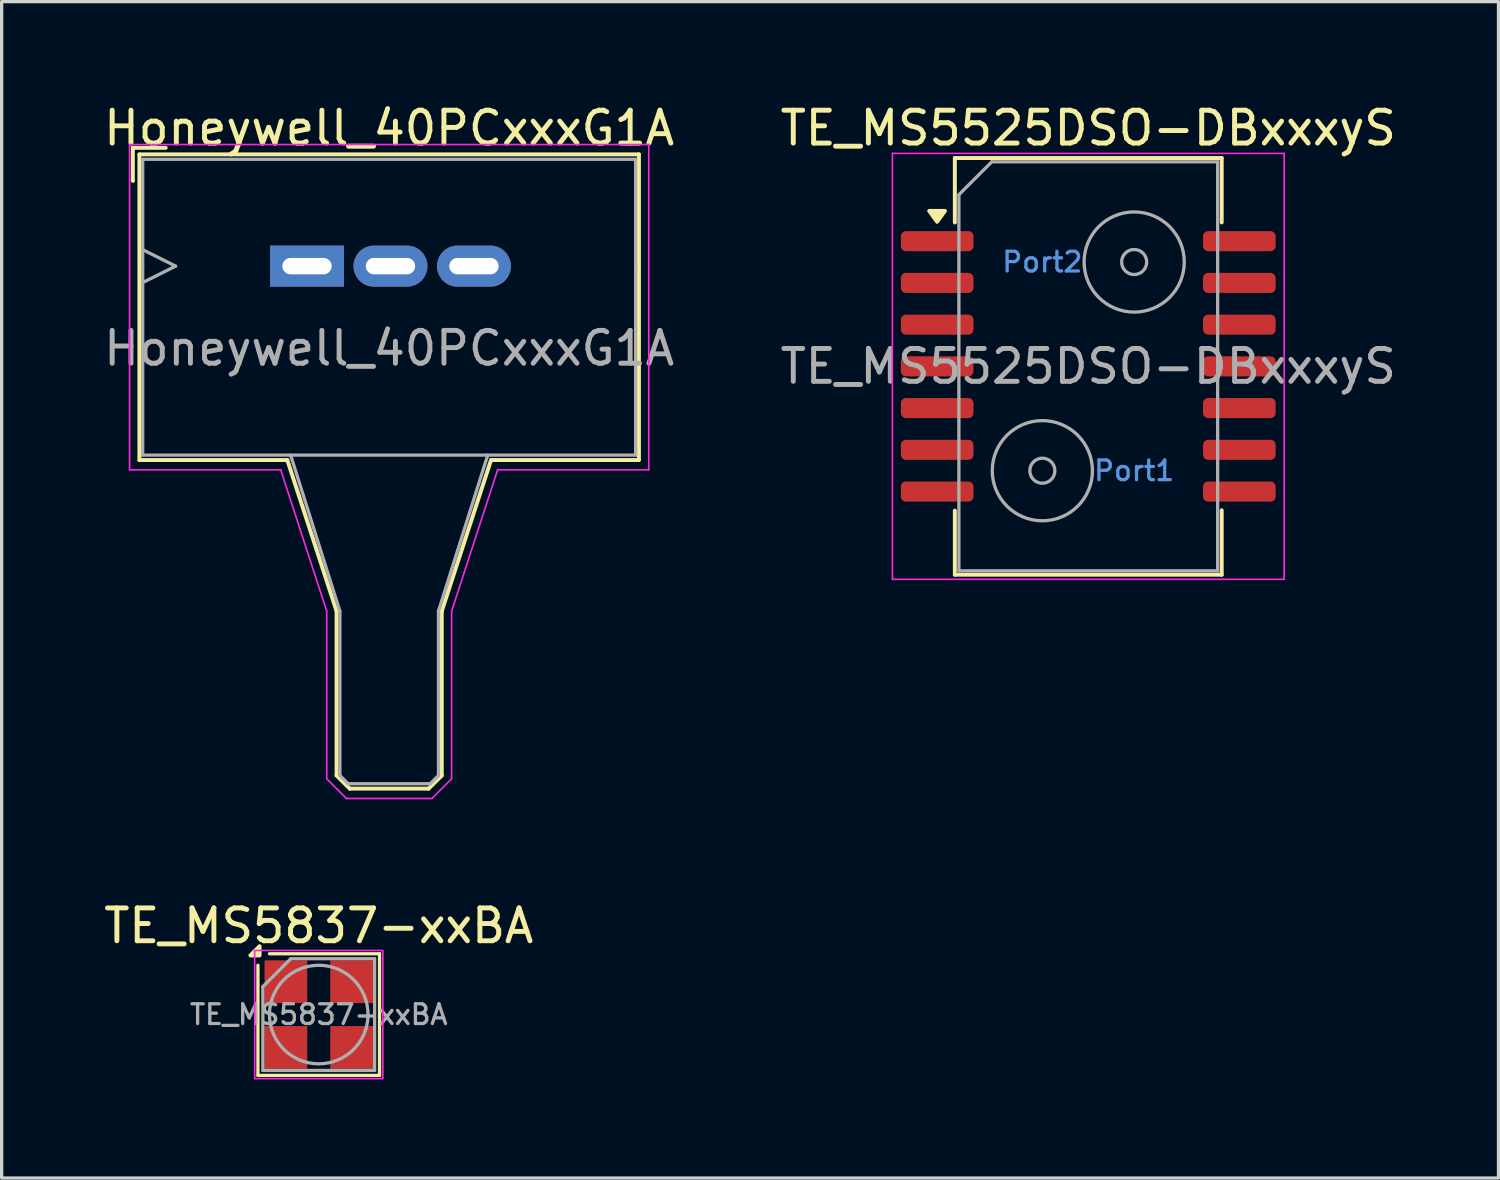
<source format=kicad_pcb>
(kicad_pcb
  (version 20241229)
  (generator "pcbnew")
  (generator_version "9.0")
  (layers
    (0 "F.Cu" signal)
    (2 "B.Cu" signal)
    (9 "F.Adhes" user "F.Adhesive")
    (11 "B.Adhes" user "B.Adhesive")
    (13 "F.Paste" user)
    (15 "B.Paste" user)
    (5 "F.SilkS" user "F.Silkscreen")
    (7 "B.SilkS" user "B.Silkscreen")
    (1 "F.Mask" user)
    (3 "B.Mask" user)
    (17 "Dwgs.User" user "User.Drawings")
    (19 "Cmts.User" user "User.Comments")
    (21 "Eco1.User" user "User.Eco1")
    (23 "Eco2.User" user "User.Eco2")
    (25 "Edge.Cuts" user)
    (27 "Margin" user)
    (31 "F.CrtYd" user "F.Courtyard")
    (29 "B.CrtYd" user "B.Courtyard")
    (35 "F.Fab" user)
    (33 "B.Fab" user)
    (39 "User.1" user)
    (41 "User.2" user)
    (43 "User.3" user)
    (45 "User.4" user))
  (footprint "TE_MS5525DSO-DBxxxyS"
    (layer "F.Cu")
    (at 30.065 8.098)
    (property "Reference" "TE_MS5525DSO-DBxxxyS" (at 0 -7.25 0) (layer "F.SilkS") (effects (font (size 1 1) (thickness 0.15))))
    (attr smd)
    (fp_line (start -4.06 -6.34) (end -4.06 -4.38) (stroke (width 0.12) (type solid)) (layer "F.SilkS"))
    (fp_line (start -4.06 6.34) (end -4.06 4.39) (stroke (width 0.12) (type solid)) (layer "F.SilkS"))
    (fp_line (start 4.06 -6.34) (end -4.06 -6.34) (stroke (width 0.12) (type solid)) (layer "F.SilkS"))
    (fp_line (start 4.06 -6.34) (end 4.06 -4.38) (stroke (width 0.12) (type solid)) (layer "F.SilkS"))
    (fp_line (start 4.06 6.34) (end -4.06 6.34) (stroke (width 0.12) (type solid)) (layer "F.SilkS"))
    (fp_line (start 4.06 6.34) (end 4.06 4.38) (stroke (width 0.12) (type solid)) (layer "F.SilkS"))
    (fp_poly (pts (xy -4.6 -4.4) (xy -4.84 -4.73) (xy -4.36 -4.73) (xy -4.6 -4.4)) (stroke (width 0.12) (type solid)) (fill yes) (layer "F.SilkS"))
    (fp_line (start -5.96 -6.48) (end -5.96 6.48) (stroke (width 0.05) (type solid)) (layer "F.CrtYd"))
    (fp_line (start -5.96 -6.48) (end 5.96 -6.48) (stroke (width 0.05) (type solid)) (layer "F.CrtYd"))
    (fp_line (start -5.96 6.48) (end 5.96 6.48) (stroke (width 0.05) (type solid)) (layer "F.CrtYd"))
    (fp_line (start 5.96 -6.48) (end 5.96 6.48) (stroke (width 0.05) (type solid)) (layer "F.CrtYd"))
    (fp_line (start -3.937 6.223) (end -3.937 -5.223) (stroke (width 0.1) (type solid)) (layer "F.Fab"))
    (fp_line (start -3.937 6.223) (end 3.937 6.223) (stroke (width 0.1) (type solid)) (layer "F.Fab"))
    (fp_line (start -2.937 -6.223) (end -3.937 -5.223) (stroke (width 0.1) (type solid)) (layer "F.Fab"))
    (fp_line (start -2.937 -6.223) (end 3.937 -6.223) (stroke (width 0.1) (type solid)) (layer "F.Fab"))
    (fp_line (start 3.937 6.223) (end 3.937 -6.223) (stroke (width 0.1) (type solid)) (layer "F.Fab"))
    (fp_circle (center -1.397 3.175) (end -1.016 3.175) (stroke (width 0.1) (type solid)) (fill no) (layer "F.Fab"))
    (fp_circle (center -1.397 3.175) (end 0.127 3.175) (stroke (width 0.1) (type solid)) (fill no) (layer "F.Fab"))
    (fp_circle (center 1.397 -3.175) (end 1.778 -3.175) (stroke (width 0.1) (type solid)) (fill no) (layer "F.Fab"))
    (fp_circle (center 1.397 -3.175) (end 2.921 -3.175) (stroke (width 0.1) (type solid)) (fill no) (layer "F.Fab"))
    (fp_text user "Port1" (at 1.397 3.175 0) (layer "Cmts.User") (effects (font (size 0.6 0.6) (thickness 0.1))))
    (fp_text user "Port2" (at -1.397 -3.175 0) (layer "Cmts.User") (effects (font (size 0.6 0.6) (thickness 0.1))))
    (fp_text user "${REFERENCE}" (at 0 0 0) (layer "F.Fab") (effects (font (size 1 1) (thickness 0.15))))
    (pad "1" smd roundrect (at -4.597 -3.81) (size 2.21 0.61) (layers "F.Cu" "F.Mask" "F.Paste") (roundrect_rratio 0.25))
    (pad "2" smd roundrect (at -4.597 -2.54) (size 2.21 0.61) (layers "F.Cu" "F.Mask" "F.Paste") (roundrect_rratio 0.25))
    (pad "3" smd roundrect (at -4.597 -1.27) (size 2.21 0.61) (layers "F.Cu" "F.Mask" "F.Paste") (roundrect_rratio 0.25))
    (pad "4" smd roundrect (at -4.597 0) (size 2.21 0.61) (layers "F.Cu" "F.Mask" "F.Paste") (roundrect_rratio 0.25))
    (pad "5" smd roundrect (at -4.597 1.27) (size 2.21 0.61) (layers "F.Cu" "F.Mask" "F.Paste") (roundrect_rratio 0.25))
    (pad "6" smd roundrect (at -4.597 2.54) (size 2.21 0.61) (layers "F.Cu" "F.Mask" "F.Paste") (roundrect_rratio 0.25))
    (pad "7" smd roundrect (at -4.597 3.81) (size 2.21 0.61) (layers "F.Cu" "F.Mask" "F.Paste") (roundrect_rratio 0.25))
    (pad "8" smd roundrect (at 4.597 3.81) (size 2.21 0.61) (layers "F.Cu" "F.Mask" "F.Paste") (roundrect_rratio 0.25))
    (pad "9" smd roundrect (at 4.597 2.54) (size 2.21 0.61) (layers "F.Cu" "F.Mask" "F.Paste") (roundrect_rratio 0.25))
    (pad "10" smd roundrect (at 4.597 1.27) (size 2.21 0.61) (layers "F.Cu" "F.Mask" "F.Paste") (roundrect_rratio 0.25))
    (pad "11" smd roundrect (at 4.597 0) (size 2.21 0.61) (layers "F.Cu" "F.Mask" "F.Paste") (roundrect_rratio 0.25))
    (pad "12" smd roundrect (at 4.597 -1.27) (size 2.21 0.61) (layers "F.Cu" "F.Mask" "F.Paste") (roundrect_rratio 0.25))
    (pad "13" smd roundrect (at 4.597 -2.54) (size 2.21 0.61) (layers "F.Cu" "F.Mask" "F.Paste") (roundrect_rratio 0.25))
    (pad "14" smd roundrect (at 4.597 -3.81) (size 2.21 0.61) (layers "F.Cu" "F.Mask" "F.Paste") (roundrect_rratio 0.25)))
  (footprint "Honeywell_40PCxxxG1A"
    (layer "F.Cu")
    (at 6.292 5.048)
    (property "Reference" "Honeywell_40PCxxxG1A" (at 2.5 -4.2 0) (layer "F.SilkS") (effects (font (size 1 1) (thickness 0.15))))
    (attr through_hole)
    (fp_line (start -5.3 -3.6) (end -5.3 -2.6) (stroke (width 0.12) (type solid)) (layer "F.SilkS"))
    (fp_line (start -5.3 -2.6) (end -5.3 -2.6) (stroke (width 0.12) (type solid)) (layer "F.SilkS"))
    (fp_line (start -5.1 -3.4) (end -5.1 5.9) (stroke (width 0.12) (type solid)) (layer "F.SilkS"))
    (fp_line (start -5.1 5.9) (end -0.6 5.9) (stroke (width 0.12) (type solid)) (layer "F.SilkS"))
    (fp_line (start -4.3 -3.6) (end -5.3 -3.6) (stroke (width 0.12) (type solid)) (layer "F.SilkS"))
    (fp_line (start -0.6 5.9) (end 0.9 10.5) (stroke (width 0.12) (type solid)) (layer "F.SilkS"))
    (fp_line (start 0.9 10.5) (end 0.9 15.5) (stroke (width 0.12) (type solid)) (layer "F.SilkS"))
    (fp_line (start 0.9 15.5) (end 1.3 15.9) (stroke (width 0.12) (type solid)) (layer "F.SilkS"))
    (fp_line (start 1.3 15.9) (end 3.7 15.9) (stroke (width 0.12) (type solid)) (layer "F.SilkS"))
    (fp_line (start 3.7 15.9) (end 4.1 15.5) (stroke (width 0.12) (type solid)) (layer "F.SilkS"))
    (fp_line (start 4.1 10.5) (end 4.1 10.5) (stroke (width 0.12) (type solid)) (layer "F.SilkS"))
    (fp_line (start 4.1 15.5) (end 4.1 10.5) (stroke (width 0.12) (type solid)) (layer "F.SilkS"))
    (fp_line (start 5.6 5.9) (end 4.1 10.5) (stroke (width 0.12) (type solid)) (layer "F.SilkS"))
    (fp_line (start 10.1 -3.4) (end -5.1 -3.4) (stroke (width 0.12) (type solid)) (layer "F.SilkS"))
    (fp_line (start 10.1 -3.4) (end 10.1 5.9) (stroke (width 0.12) (type solid)) (layer "F.SilkS"))
    (fp_line (start 10.1 5.9) (end 5.6 5.9) (stroke (width 0.12) (type solid)) (layer "F.SilkS"))
    (fp_line (start -5.4 -3.7) (end 10.4 -3.7) (stroke (width 0.05) (type solid)) (layer "F.CrtYd"))
    (fp_line (start -5.4 6.2) (end -5.4 -3.7) (stroke (width 0.05) (type solid)) (layer "F.CrtYd"))
    (fp_line (start -0.8 6.2) (end -5.4 6.2) (stroke (width 0.05) (type solid)) (layer "F.CrtYd"))
    (fp_line (start 0.6 10.5) (end -0.8 6.2) (stroke (width 0.05) (type solid)) (layer "F.CrtYd"))
    (fp_line (start 0.6 15.6) (end 0.6 10.5) (stroke (width 0.05) (type solid)) (layer "F.CrtYd"))
    (fp_line (start 1.2 16.2) (end 0.6 15.6) (stroke (width 0.05) (type solid)) (layer "F.CrtYd"))
    (fp_line (start 3.8 16.2) (end 1.2 16.2) (stroke (width 0.05) (type solid)) (layer "F.CrtYd"))
    (fp_line (start 4.4 10.5) (end 4.4 15.6) (stroke (width 0.05) (type solid)) (layer "F.CrtYd"))
    (fp_line (start 4.4 15.6) (end 3.8 16.2) (stroke (width 0.05) (type solid)) (layer "F.CrtYd"))
    (fp_line (start 5.8 6.2) (end 4.4 10.5) (stroke (width 0.05) (type solid)) (layer "F.CrtYd"))
    (fp_line (start 10.4 -3.7) (end 10.4 -3.7) (stroke (width 0.05) (type solid)) (layer "F.CrtYd"))
    (fp_line (start 10.4 -3.7) (end 10.4 6.2) (stroke (width 0.05) (type solid)) (layer "F.CrtYd"))
    (fp_line (start 10.4 6.2) (end 5.8 6.2) (stroke (width 0.05) (type solid)) (layer "F.CrtYd"))
    (fp_line (start -5 -3.25) (end 10 -3.25) (stroke (width 0.1) (type solid)) (layer "F.Fab"))
    (fp_line (start -5 -0.5) (end -4 0) (stroke (width 0.1) (type solid)) (layer "F.Fab"))
    (fp_line (start -5 0) (end -5 0) (stroke (width 0.1) (type solid)) (layer "F.Fab"))
    (fp_line (start -5 5.75) (end -5 -3.25) (stroke (width 0.1) (type solid)) (layer "F.Fab"))
    (fp_line (start -4 0) (end -5 0.5) (stroke (width 0.1) (type solid)) (layer "F.Fab"))
    (fp_line (start -0.5 5.75) (end 1 10.5) (stroke (width 0.1) (type solid)) (layer "F.Fab"))
    (fp_line (start 1 10.5) (end 1 15.5) (stroke (width 0.1) (type solid)) (layer "F.Fab"))
    (fp_line (start 1 15.5) (end 1.25 15.75) (stroke (width 0.1) (type solid)) (layer "F.Fab"))
    (fp_line (start 1.25 15.75) (end 3.75 15.75) (stroke (width 0.1) (type solid)) (layer "F.Fab"))
    (fp_line (start 3.75 15.75) (end 4 15.5) (stroke (width 0.1) (type solid)) (layer "F.Fab"))
    (fp_line (start 4 10.5) (end 4 10.5) (stroke (width 0.1) (type solid)) (layer "F.Fab"))
    (fp_line (start 4 15.5) (end 4 10.5) (stroke (width 0.1) (type solid)) (layer "F.Fab"))
    (fp_line (start 5.5 5.75) (end 4 10.5) (stroke (width 0.1) (type solid)) (layer "F.Fab"))
    (fp_line (start 10 -3.25) (end 10 0) (stroke (width 0.1) (type solid)) (layer "F.Fab"))
    (fp_line (start 10 0) (end 10 0) (stroke (width 0.1) (type solid)) (layer "F.Fab"))
    (fp_line (start 10 0) (end 10 0) (stroke (width 0.1) (type solid)) (layer "F.Fab"))
    (fp_line (start 10 0) (end 10 5.75) (stroke (width 0.1) (type solid)) (layer "F.Fab"))
    (fp_line (start 10 5.75) (end -5 5.75) (stroke (width 0.1) (type solid)) (layer "F.Fab"))
    (fp_text user "${REFERENCE}" (at 2.5 2.5 0) (layer "F.Fab") (effects (font (size 1 1) (thickness 0.15))))
    (pad "1" thru_hole rect (at 0 0) (size 2.25 1.25) (drill oval 1.5 0.5) (layers "*.Cu" "*.Mask"))
    (pad "2" thru_hole oval (at 2.54 0) (size 2.25 1.25) (drill oval 1.5 0.5) (layers "*.Cu" "*.Mask"))
    (pad "3" thru_hole oval (at 5.08 0) (size 2.25 1.25) (drill oval 1.5 0.5) (layers "*.Cu" "*.Mask")))
  (footprint "TE_MS5837-xxBA"
    (layer "F.Cu")
    (at 6.649 27.822)
    (property "Reference" "TE_MS5837-xxBA" (at 0 -2.7 0) (unlocked yes) (layer "F.SilkS") (effects (font (size 1 1) (thickness 0.15))))
    (attr smd)
    (fp_line (start -1.85 1.85) (end -1.85 -1.5) (stroke (width 0.1) (type default)) (layer "F.SilkS"))
    (fp_line (start -1.5 -1.85) (end 1.85 -1.85) (stroke (width 0.1) (type default)) (layer "F.SilkS"))
    (fp_line (start 1.85 -1.85) (end 1.85 1.85) (stroke (width 0.1) (type default)) (layer "F.SilkS"))
    (fp_line (start 1.85 1.85) (end -1.85 1.85) (stroke (width 0.1) (type default)) (layer "F.SilkS"))
    (fp_poly (pts (xy -1.8 -1.8) (xy -2.08 -1.8) (xy -1.8 -2.08) (xy -1.8 -1.8)) (stroke (width 0.12) (type solid)) (fill yes) (layer "F.SilkS"))
    (fp_rect (start 1.95 1.95) (end -1.95 -1.95) (stroke (width 0.05) (type solid)) (fill no) (layer "F.CrtYd"))
    (fp_line (start -1.7 -0.85) (end -1.7 1.7) (stroke (width 0.1) (type solid)) (layer "F.Fab"))
    (fp_line (start -1.7 1.7) (end 1.7 1.7) (stroke (width 0.1) (type solid)) (layer "F.Fab"))
    (fp_line (start -0.85 -1.7) (end -1.7 -0.85) (stroke (width 0.1) (type solid)) (layer "F.Fab"))
    (fp_line (start 1.7 -1.7) (end -0.85 -1.7) (stroke (width 0.1) (type solid)) (layer "F.Fab"))
    (fp_line (start 1.7 1.7) (end 1.7 -1.7) (stroke (width 0.1) (type solid)) (layer "F.Fab"))
    (fp_circle (center 0 0) (end -1.5 0) (stroke (width 0.1) (type solid)) (fill no) (layer "F.Fab"))
    (fp_text user "${REFERENCE}" (at 0 0 180) (layer "F.Fab") (effects (font (size 0.6 0.6) (thickness 0.1))))
    (pad "1" smd rect (at -1 -1 180) (size 1.3 1.3) (layers "F.Cu" "F.Mask" "F.Paste"))
    (pad "2" smd rect (at -1 1 180) (size 1.3 1.3) (layers "F.Cu" "F.Mask" "F.Paste"))
    (pad "3" smd rect (at 1 1 180) (size 1.3 1.3) (layers "F.Cu" "F.Mask" "F.Paste"))
    (pad "4" smd rect (at 1 -1 180) (size 1.3 1.3) (layers "F.Cu" "F.Mask" "F.Paste")))
  (gr_rect
    (start -3 -3)
    (end 42.548 32.797)
    (stroke (width 0.1) (type default))
    (fill no)
    (layer "Edge.Cuts")))
</source>
